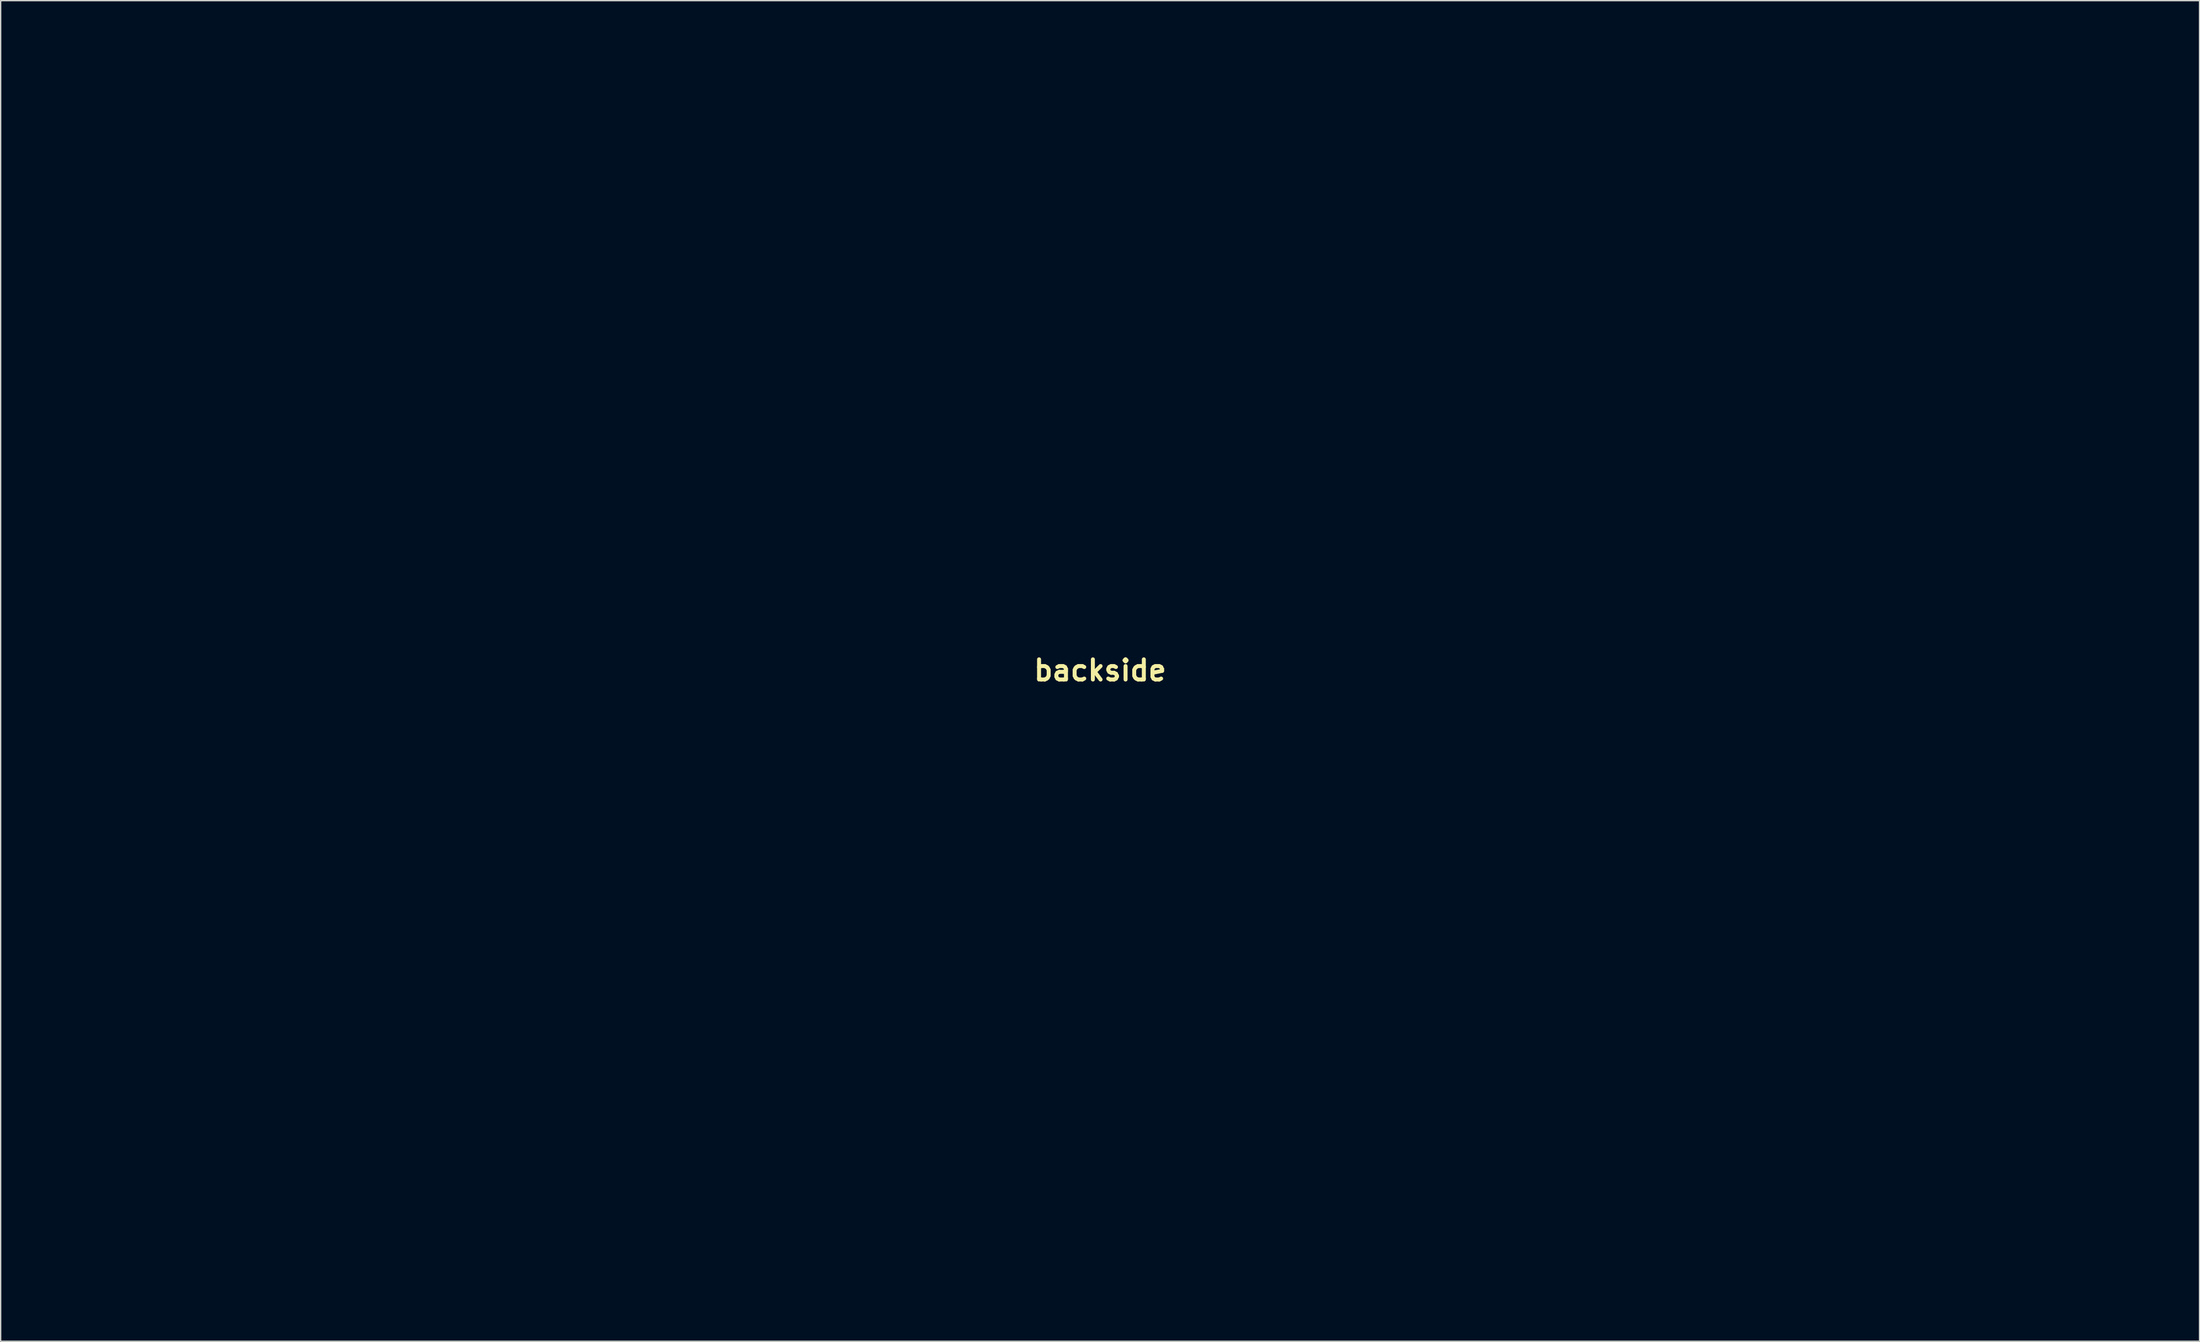
<source format=kicad_pcb>
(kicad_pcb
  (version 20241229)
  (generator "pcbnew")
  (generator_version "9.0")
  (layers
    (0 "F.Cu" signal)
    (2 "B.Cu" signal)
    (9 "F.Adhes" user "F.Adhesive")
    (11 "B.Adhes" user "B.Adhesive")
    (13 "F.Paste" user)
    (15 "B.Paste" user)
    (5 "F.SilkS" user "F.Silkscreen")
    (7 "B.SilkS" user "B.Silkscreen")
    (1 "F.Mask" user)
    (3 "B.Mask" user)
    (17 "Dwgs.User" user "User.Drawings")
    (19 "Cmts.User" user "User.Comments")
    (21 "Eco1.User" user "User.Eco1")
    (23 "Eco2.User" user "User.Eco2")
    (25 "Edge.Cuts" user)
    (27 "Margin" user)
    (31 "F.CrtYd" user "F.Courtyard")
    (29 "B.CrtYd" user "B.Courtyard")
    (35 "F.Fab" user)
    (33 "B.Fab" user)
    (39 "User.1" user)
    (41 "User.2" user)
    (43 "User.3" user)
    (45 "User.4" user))
  (footprint "backside"
    (layer "F.Cu")
    (at 80.015 47.589)
    (property "Reference" "backside" (at 0 0 0) (layer "F.SilkS") (effects (font (size 1.524 1.524) (thickness 0.3))))
    (attr through_hole)
    (fp_poly (pts (xy 79.989 0.064) (xy 79.968 47.625) (xy 71.12 47.669) (xy 71.12 35.56) (xy 76.115 35.56) (xy 76.115 34.459) (xy 71.12 34.459) (xy 71.12 33.189) (xy 76.115 33.189) (xy 76.115 32.089) (xy 71.12 32.089) (xy 71.12 30.819) (xy 76.115 30.819) (xy 76.115 29.803) (xy 71.12 29.803) (xy 71.12 28.533) (xy 76.115 28.533) (xy 76.115 27.432) (xy 71.12 27.432) (xy 71.12 26.162) (xy 76.115 26.162) (xy 76.115 25.061) (xy 71.12 25.061) (xy 71.12 23.876) (xy 76.115 23.876) (xy 76.115 22.775) (xy 71.12 22.775) (xy 71.12 21.505) (xy 76.115 21.505) (xy 76.115 20.405) (xy 71.12 20.405) (xy 71.12 19.135) (xy 76.115 19.135) (xy 76.115 18.034) (xy 71.12 18.034) (xy 71.12 16.849) (xy 76.115 16.849) (xy 76.115 15.748) (xy 71.12 15.748) (xy 71.12 14.478) (xy 76.115 14.478) (xy 76.115 13.377) (xy 71.12 13.377) (xy 71.12 12.107) (xy 76.115 12.107) (xy 76.115 11.091) (xy 71.12 11.091) (xy 71.12 9.821) (xy 76.115 9.821) (xy 76.115 8.721) (xy 71.12 8.721) (xy 71.12 7.451) (xy 76.115 7.451) (xy 76.115 6.35) (xy 71.12 6.35) (xy 71.12 5.08) (xy 76.115 5.08) (xy 76.115 4.064) (xy 71.12 4.064) (xy 71.12 2.794) (xy 76.115 2.794) (xy 76.115 1.693) (xy 71.12 1.693) (xy 71.12 0.423) (xy 76.115 0.423) (xy 76.115 -0.677) (xy 71.12 -0.677) (xy 71.12 -2.032) (xy 76.115 -2.032) (xy 76.115 -3.133) (xy 71.12 -3.133) (xy 71.12 -4.318) (xy 76.115 -4.318) (xy 76.115 -5.419) (xy 71.12 -5.419) (xy 71.12 -6.689) (xy 76.115 -6.689) (xy 76.115 -7.789) (xy 71.12 -7.789) (xy 71.12 -9.059) (xy 76.115 -9.059) (xy 76.115 -10.16) (xy 71.12 -10.16) (xy 71.12 -11.345) (xy 76.115 -11.345) (xy 76.115 -12.446) (xy 71.12 -12.446) (xy 71.12 -13.716) (xy 76.115 -13.716) (xy 76.115 -14.817) (xy 71.12 -14.817) (xy 71.12 -16.087) (xy 76.115 -16.087) (xy 76.115 -17.103) (xy 71.12 -17.103) (xy 71.12 -18.373) (xy 76.115 -18.373) (xy 76.115 -19.473) (xy 71.12 -19.473) (xy 71.12 -20.743) (xy 76.115 -20.743) (xy 76.115 -21.844) (xy 71.12 -21.844) (xy 71.12 -23.114) (xy 76.115 -23.114) (xy 76.115 -24.13) (xy 71.12 -24.13) (xy 71.12 -25.4) (xy 76.115 -25.4) (xy 76.115 -26.501) (xy 71.12 -26.501) (xy 71.12 -27.771) (xy 76.115 -27.771) (xy 76.115 -28.871) (xy 71.12 -28.871) (xy 71.12 -30.057) (xy 76.115 -30.057) (xy 76.115 -31.157) (xy 71.12 -31.157) (xy 71.12 -32.427) (xy 76.115 -32.427) (xy 76.115 -33.528) (xy 71.12 -33.528) (xy 71.12 -34.798) (xy 76.115 -34.798) (xy 76.115 -35.899) (xy 71.12 -35.899) (xy 71.12 -37.084) (xy 76.115 -37.084) (xy 76.115 -38.185) (xy 71.12 -38.185) (xy 71.12 -47.498) (xy 80.01 -47.498) (xy 79.989 0.064)) (stroke (width 0.01) (type solid)) (fill yes) (layer "B.Mask"))
    (fp_poly (pts (xy -71.459 -37.764) (xy -73.597 -37.742) (xy -75.734 -37.719) (xy -75.76 -37.19) (xy -75.785 -36.661) (xy -73.622 -36.661) (xy -71.459 -36.661) (xy -71.459 -35.391) (xy -75.777 -35.391) (xy -75.777 -34.29) (xy -71.459 -34.29) (xy -71.459 -33.02) (xy -75.785 -33.02) (xy -75.76 -32.491) (xy -75.734 -31.962) (xy -73.597 -31.939) (xy -71.459 -31.916) (xy -71.459 -30.737) (xy -73.597 -30.714) (xy -75.734 -30.692) (xy -75.76 -30.163) (xy -75.785 -29.633) (xy -71.459 -29.633) (xy -71.459 -28.363) (xy -75.777 -28.363) (xy -75.777 -27.263) (xy -71.459 -27.263) (xy -71.459 -25.993) (xy -75.777 -25.993) (xy -75.777 -24.977) (xy -71.459 -24.977) (xy -71.459 -23.71) (xy -73.597 -23.687) (xy -75.734 -23.664) (xy -75.76 -23.135) (xy -75.785 -22.606) (xy -71.459 -22.606) (xy -71.459 -21.336) (xy -75.785 -21.336) (xy -75.76 -20.807) (xy -75.734 -20.278) (xy -73.597 -20.255) (xy -71.459 -20.232) (xy -71.459 -18.965) (xy -75.777 -18.965) (xy -75.777 -17.949) (xy -71.459 -17.949) (xy -71.459 -16.679) (xy -75.777 -16.679) (xy -75.777 -15.579) (xy -71.459 -15.579) (xy -71.459 -14.309) (xy -73.622 -14.309) (xy -75.785 -14.309) (xy -75.76 -13.78) (xy -75.734 -13.25) (xy -73.597 -13.228) (xy -71.459 -13.205) (xy -71.459 -12.026) (xy -73.597 -12.003) (xy -75.734 -11.98) (xy -75.76 -11.451) (xy -75.785 -10.922) (xy -71.459 -10.922) (xy -71.459 -9.652) (xy -75.777 -9.652) (xy -75.777 -8.551) (xy -71.459 -8.551) (xy -71.459 -7.281) (xy -75.785 -7.281) (xy -75.76 -6.752) (xy -75.734 -6.223) (xy -73.597 -6.2) (xy -71.459 -6.178) (xy -71.459 -4.998) (xy -73.597 -4.976) (xy -75.734 -4.953) (xy -75.76 -4.424) (xy -75.785 -3.895) (xy -71.459 -3.895) (xy -71.459 -2.625) (xy -75.777 -2.625) (xy -75.777 -1.524) (xy -71.459 -1.524) (xy -71.459 -0.169) (xy -75.777 -0.169) (xy -75.777 0.931) (xy -71.459 0.931) (xy -71.459 2.201) (xy -75.777 2.201) (xy -75.777 3.217) (xy -71.459 3.217) (xy -71.459 4.487) (xy -75.777 4.487) (xy -75.777 5.588) (xy -71.459 5.588) (xy -71.459 6.858) (xy -75.785 6.858) (xy -75.76 7.387) (xy -75.734 7.916) (xy -73.597 7.939) (xy -71.459 7.962) (xy -71.459 9.141) (xy -73.597 9.164) (xy -75.734 9.186) (xy -75.76 9.716) (xy -75.785 10.245) (xy -71.459 10.245) (xy -71.459 11.515) (xy -75.777 11.515) (xy -75.777 12.615) (xy -71.459 12.615) (xy -71.459 13.885) (xy -75.785 13.885) (xy -75.76 14.415) (xy -75.734 14.944) (xy -73.597 14.966) (xy -71.459 14.989) (xy -71.459 16.168) (xy -73.597 16.191) (xy -75.734 16.214) (xy -75.76 16.743) (xy -75.785 17.272) (xy -71.459 17.272) (xy -71.459 18.542) (xy -75.777 18.542) (xy -75.777 19.643) (xy -71.459 19.643) (xy -71.459 20.913) (xy -75.785 20.913) (xy -75.76 21.442) (xy -75.734 21.971) (xy -73.597 21.994) (xy -71.459 22.016) (xy -71.459 23.196) (xy -73.597 23.218) (xy -75.734 23.241) (xy -75.76 23.77) (xy -75.785 24.299) (xy -71.459 24.299) (xy -71.459 25.569) (xy -75.777 25.569) (xy -75.777 26.67) (xy -71.459 26.67) (xy -71.459 27.94) (xy -75.777 27.94) (xy -75.777 28.956) (xy -71.459 28.956) (xy -71.459 30.226) (xy -75.777 30.226) (xy -75.777 31.327) (xy -71.459 31.327) (xy -71.459 32.597) (xy -75.785 32.597) (xy -75.76 33.126) (xy -75.734 33.655) (xy -73.597 33.678) (xy -71.459 33.7) (xy -71.459 34.967) (xy -75.777 34.967) (xy -75.777 35.983) (xy -71.459 35.983) (xy -71.459 47.244) (xy -80.01 47.244) (xy -79.989 -0.148) (xy -79.968 -47.54) (xy -75.713 -47.562) (xy -71.459 -47.584) (xy -71.459 -37.764)) (stroke (width 0.01) (type solid)) (fill yes) (layer "B.Mask")))
  (gr_rect
    (start -3 -3)
    (end 163.03 98.263)
    (stroke (width 0.1) (type default))
    (fill no)
    (layer "Edge.Cuts")))
</source>
